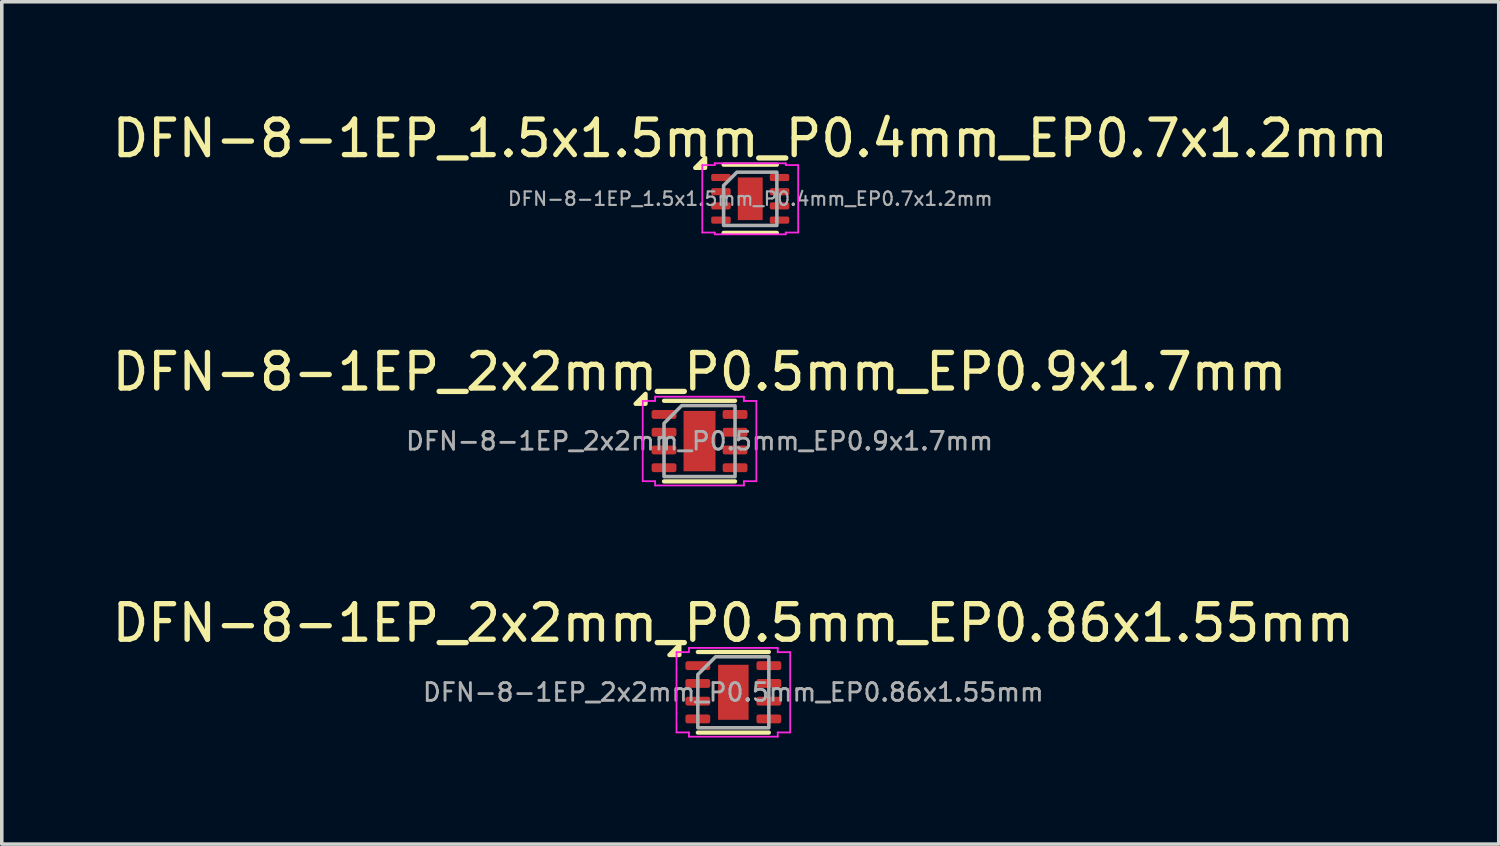
<source format=kicad_pcb>
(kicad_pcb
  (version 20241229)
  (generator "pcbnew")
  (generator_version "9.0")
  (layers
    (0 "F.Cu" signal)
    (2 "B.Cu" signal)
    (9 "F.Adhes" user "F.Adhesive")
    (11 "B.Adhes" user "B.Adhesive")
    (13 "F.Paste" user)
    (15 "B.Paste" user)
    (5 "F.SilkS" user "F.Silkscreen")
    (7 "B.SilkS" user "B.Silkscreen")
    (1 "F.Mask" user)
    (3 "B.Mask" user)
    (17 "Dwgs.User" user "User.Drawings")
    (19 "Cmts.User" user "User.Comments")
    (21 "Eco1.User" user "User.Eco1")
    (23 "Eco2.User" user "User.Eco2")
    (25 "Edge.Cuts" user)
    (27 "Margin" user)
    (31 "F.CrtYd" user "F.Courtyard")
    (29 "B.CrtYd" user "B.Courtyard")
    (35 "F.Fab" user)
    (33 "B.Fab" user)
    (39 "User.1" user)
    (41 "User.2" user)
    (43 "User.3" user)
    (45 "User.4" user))
  (footprint "DFN-8-1EP_1.5x1.5mm_P0.4mm_EP0.7x1.2mm"
    (layer "F.Cu")
    (at 18.077 2.548)
    (property "Reference" "DFN-8-1EP_1.5x1.5mm_P0.4mm_EP0.7x1.2mm" (at 0 -1.7 0) (layer "F.SilkS") (effects (font (size 1 1) (thickness 0.15))))
    (attr smd)
    (fp_line (start -0.75 -0.96) (end 0.75 -0.96) (stroke (width 0.12) (type solid)) (layer "F.SilkS"))
    (fp_line (start -0.75 0.96) (end 0.75 0.96) (stroke (width 0.12) (type solid)) (layer "F.SilkS"))
    (fp_poly (pts (xy -1.27 -0.87) (xy -1.55 -0.87) (xy -1.27 -1.15)) (stroke (width 0.12) (type solid)) (fill yes) (layer "F.SilkS"))
    (fp_line (start -1.35 -0.95) (end -1 -0.95) (stroke (width 0.05) (type solid)) (layer "F.CrtYd"))
    (fp_line (start -1.35 0.95) (end -1.35 -0.95) (stroke (width 0.05) (type solid)) (layer "F.CrtYd"))
    (fp_line (start -1 -1) (end 1 -1) (stroke (width 0.05) (type solid)) (layer "F.CrtYd"))
    (fp_line (start -1 -0.95) (end -1 -1) (stroke (width 0.05) (type solid)) (layer "F.CrtYd"))
    (fp_line (start -1 0.95) (end -1.35 0.95) (stroke (width 0.05) (type solid)) (layer "F.CrtYd"))
    (fp_line (start -1 1) (end -1 0.95) (stroke (width 0.05) (type solid)) (layer "F.CrtYd"))
    (fp_line (start 1 -1) (end 1 -0.95) (stroke (width 0.05) (type solid)) (layer "F.CrtYd"))
    (fp_line (start 1 -0.95) (end 1.35 -0.95) (stroke (width 0.05) (type solid)) (layer "F.CrtYd"))
    (fp_line (start 1 0.95) (end 1 1) (stroke (width 0.05) (type solid)) (layer "F.CrtYd"))
    (fp_line (start 1 1) (end -1 1) (stroke (width 0.05) (type solid)) (layer "F.CrtYd"))
    (fp_line (start 1.35 -0.95) (end 1.35 0.95) (stroke (width 0.05) (type solid)) (layer "F.CrtYd"))
    (fp_line (start 1.35 0.95) (end 1 0.95) (stroke (width 0.05) (type solid)) (layer "F.CrtYd"))
    (fp_poly (pts (xy -0.75 -0.375) (xy -0.75 0.75) (xy 0.75 0.75) (xy 0.75 -0.75) (xy -0.375 -0.75)) (stroke (width 0.1) (type solid)) (fill no) (layer "F.Fab"))
    (fp_text user "${REFERENCE}" (at 0 0 0) (layer "F.Fab") (effects (font (size 0.38 0.38) (thickness 0.06))))
    (pad "" smd roundrect (at -0.175 -0.3) (size 0.28 0.48) (layers "F.Paste") (roundrect_rratio 0.25))
    (pad "" smd roundrect (at -0.175 0.3) (size 0.28 0.48) (layers "F.Paste") (roundrect_rratio 0.25))
    (pad "" smd roundrect (at 0.175 -0.3) (size 0.28 0.48) (layers "F.Paste") (roundrect_rratio 0.25))
    (pad "" smd roundrect (at 0.175 0.3) (size 0.28 0.48) (layers "F.Paste") (roundrect_rratio 0.25))
    (pad "1" smd roundrect (at -0.825 -0.6) (size 0.55 0.2) (layers "F.Cu" "F.Mask" "F.Paste") (roundrect_rratio 0.25))
    (pad "2" smd roundrect (at -0.825 -0.2) (size 0.55 0.2) (layers "F.Cu" "F.Mask" "F.Paste") (roundrect_rratio 0.25))
    (pad "3" smd roundrect (at -0.825 0.2) (size 0.55 0.2) (layers "F.Cu" "F.Mask" "F.Paste") (roundrect_rratio 0.25))
    (pad "4" smd roundrect (at -0.825 0.6) (size 0.55 0.2) (layers "F.Cu" "F.Mask" "F.Paste") (roundrect_rratio 0.25))
    (pad "5" smd roundrect (at 0.825 0.6) (size 0.55 0.2) (layers "F.Cu" "F.Mask" "F.Paste") (roundrect_rratio 0.25))
    (pad "6" smd roundrect (at 0.825 0.2) (size 0.55 0.2) (layers "F.Cu" "F.Mask" "F.Paste") (roundrect_rratio 0.25))
    (pad "7" smd roundrect (at 0.825 -0.2) (size 0.55 0.2) (layers "F.Cu" "F.Mask" "F.Paste") (roundrect_rratio 0.25))
    (pad "8" smd roundrect (at 0.825 -0.6) (size 0.55 0.2) (layers "F.Cu" "F.Mask" "F.Paste") (roundrect_rratio 0.25))
    (pad "9" smd rect (at 0 0) (size 0.7 1.2) (property pad_prop_heatsink) (layers "F.Cu" "F.Mask")))
  (footprint "DFN-8-1EP_2x2mm_P0.5mm_EP0.86x1.55mm"
    (layer "F.Cu")
    (at 17.601 16.445)
    (property "Reference" "DFN-8-1EP_2x2mm_P0.5mm_EP0.86x1.55mm" (at 0 -1.95 0) (layer "F.SilkS") (effects (font (size 1 1) (thickness 0.15))))
    (attr smd)
    (fp_line (start -1 -1.135) (end 1 -1.135) (stroke (width 0.12) (type solid)) (layer "F.SilkS"))
    (fp_line (start -1 1.135) (end 1 1.135) (stroke (width 0.12) (type solid)) (layer "F.SilkS"))
    (fp_poly (pts (xy -1.52 -1.05) (xy -1.8 -1.05) (xy -1.52 -1.33)) (stroke (width 0.12) (type solid)) (fill yes) (layer "F.SilkS"))
    (fp_line (start -1.6 -1.13) (end -1.25 -1.13) (stroke (width 0.05) (type solid)) (layer "F.CrtYd"))
    (fp_line (start -1.6 1.13) (end -1.6 -1.13) (stroke (width 0.05) (type solid)) (layer "F.CrtYd"))
    (fp_line (start -1.25 -1.25) (end 1.25 -1.25) (stroke (width 0.05) (type solid)) (layer "F.CrtYd"))
    (fp_line (start -1.25 -1.13) (end -1.25 -1.25) (stroke (width 0.05) (type solid)) (layer "F.CrtYd"))
    (fp_line (start -1.25 1.13) (end -1.6 1.13) (stroke (width 0.05) (type solid)) (layer "F.CrtYd"))
    (fp_line (start -1.25 1.25) (end -1.25 1.13) (stroke (width 0.05) (type solid)) (layer "F.CrtYd"))
    (fp_line (start 1.25 -1.25) (end 1.25 -1.13) (stroke (width 0.05) (type solid)) (layer "F.CrtYd"))
    (fp_line (start 1.25 -1.13) (end 1.6 -1.13) (stroke (width 0.05) (type solid)) (layer "F.CrtYd"))
    (fp_line (start 1.25 1.13) (end 1.25 1.25) (stroke (width 0.05) (type solid)) (layer "F.CrtYd"))
    (fp_line (start 1.25 1.25) (end -1.25 1.25) (stroke (width 0.05) (type solid)) (layer "F.CrtYd"))
    (fp_line (start 1.6 -1.13) (end 1.6 1.13) (stroke (width 0.05) (type solid)) (layer "F.CrtYd"))
    (fp_line (start 1.6 1.13) (end 1.25 1.13) (stroke (width 0.05) (type solid)) (layer "F.CrtYd"))
    (fp_poly (pts (xy -1 -0.5) (xy -1 1) (xy 1 1) (xy 1 -1) (xy -0.5 -1)) (stroke (width 0.1) (type solid)) (fill no) (layer "F.Fab"))
    (fp_text user "${REFERENCE}" (at 0 0 0) (layer "F.Fab") (effects (font (size 0.5 0.5) (thickness 0.08))))
    (pad "" smd roundrect (at -0.215 -0.39) (size 0.35 0.62) (layers "F.Paste") (roundrect_rratio 0.25))
    (pad "" smd roundrect (at -0.215 0.39) (size 0.35 0.62) (layers "F.Paste") (roundrect_rratio 0.25))
    (pad "" smd roundrect (at 0.215 -0.39) (size 0.35 0.62) (layers "F.Paste") (roundrect_rratio 0.25))
    (pad "" smd roundrect (at 0.215 0.39) (size 0.35 0.62) (layers "F.Paste") (roundrect_rratio 0.25))
    (pad "1" smd roundrect (at -1 -0.75) (size 0.7 0.25) (layers "F.Cu" "F.Mask" "F.Paste") (roundrect_rratio 0.25))
    (pad "2" smd roundrect (at -1 -0.25) (size 0.7 0.25) (layers "F.Cu" "F.Mask" "F.Paste") (roundrect_rratio 0.25))
    (pad "3" smd roundrect (at -1 0.25) (size 0.7 0.25) (layers "F.Cu" "F.Mask" "F.Paste") (roundrect_rratio 0.25))
    (pad "4" smd roundrect (at -1 0.75) (size 0.7 0.25) (layers "F.Cu" "F.Mask" "F.Paste") (roundrect_rratio 0.25))
    (pad "5" smd roundrect (at 1 0.75) (size 0.7 0.25) (layers "F.Cu" "F.Mask" "F.Paste") (roundrect_rratio 0.25))
    (pad "6" smd roundrect (at 1 0.25) (size 0.7 0.25) (layers "F.Cu" "F.Mask" "F.Paste") (roundrect_rratio 0.25))
    (pad "7" smd roundrect (at 1 -0.25) (size 0.7 0.25) (layers "F.Cu" "F.Mask" "F.Paste") (roundrect_rratio 0.25))
    (pad "8" smd roundrect (at 1 -0.75) (size 0.7 0.25) (layers "F.Cu" "F.Mask" "F.Paste") (roundrect_rratio 0.25))
    (pad "9" smd rect (at 0 0) (size 0.86 1.55) (property pad_prop_heatsink) (layers "F.Cu" "F.Mask")))
  (footprint "DFN-8-1EP_2x2mm_P0.5mm_EP0.9x1.7mm"
    (layer "F.Cu")
    (at 16.649 9.371)
    (property "Reference" "DFN-8-1EP_2x2mm_P0.5mm_EP0.9x1.7mm" (at 0 -1.95 0) (layer "F.SilkS") (effects (font (size 1 1) (thickness 0.15))))
    (attr smd)
    (fp_line (start -1 -1.135) (end 1 -1.135) (stroke (width 0.12) (type solid)) (layer "F.SilkS"))
    (fp_line (start -1 1.135) (end 1 1.135) (stroke (width 0.12) (type solid)) (layer "F.SilkS"))
    (fp_poly (pts (xy -1.52 -1.05) (xy -1.8 -1.05) (xy -1.52 -1.33)) (stroke (width 0.12) (type solid)) (fill yes) (layer "F.SilkS"))
    (fp_line (start -1.6 -1.13) (end -1.25 -1.13) (stroke (width 0.05) (type solid)) (layer "F.CrtYd"))
    (fp_line (start -1.6 1.13) (end -1.6 -1.13) (stroke (width 0.05) (type solid)) (layer "F.CrtYd"))
    (fp_line (start -1.25 -1.25) (end 1.25 -1.25) (stroke (width 0.05) (type solid)) (layer "F.CrtYd"))
    (fp_line (start -1.25 -1.13) (end -1.25 -1.25) (stroke (width 0.05) (type solid)) (layer "F.CrtYd"))
    (fp_line (start -1.25 1.13) (end -1.6 1.13) (stroke (width 0.05) (type solid)) (layer "F.CrtYd"))
    (fp_line (start -1.25 1.25) (end -1.25 1.13) (stroke (width 0.05) (type solid)) (layer "F.CrtYd"))
    (fp_line (start 1.25 -1.25) (end 1.25 -1.13) (stroke (width 0.05) (type solid)) (layer "F.CrtYd"))
    (fp_line (start 1.25 -1.13) (end 1.6 -1.13) (stroke (width 0.05) (type solid)) (layer "F.CrtYd"))
    (fp_line (start 1.25 1.13) (end 1.25 1.25) (stroke (width 0.05) (type solid)) (layer "F.CrtYd"))
    (fp_line (start 1.25 1.25) (end -1.25 1.25) (stroke (width 0.05) (type solid)) (layer "F.CrtYd"))
    (fp_line (start 1.6 -1.13) (end 1.6 1.13) (stroke (width 0.05) (type solid)) (layer "F.CrtYd"))
    (fp_line (start 1.6 1.13) (end 1.25 1.13) (stroke (width 0.05) (type solid)) (layer "F.CrtYd"))
    (fp_poly (pts (xy -1 -0.5) (xy -1 1) (xy 1 1) (xy 1 -1) (xy -0.5 -1)) (stroke (width 0.1) (type solid)) (fill no) (layer "F.Fab"))
    (fp_text user "${REFERENCE}" (at 0 0 0) (layer "F.Fab") (effects (font (size 0.5 0.5) (thickness 0.08))))
    (pad "" smd roundrect (at 0 -0.425) (size 0.73 0.69) (layers "F.Paste") (roundrect_rratio 0.25))
    (pad "" smd roundrect (at 0 0.425) (size 0.73 0.69) (layers "F.Paste") (roundrect_rratio 0.25))
    (pad "1" smd roundrect (at -1 -0.75) (size 0.7 0.25) (layers "F.Cu" "F.Mask" "F.Paste") (roundrect_rratio 0.25))
    (pad "2" smd roundrect (at -1 -0.25) (size 0.7 0.25) (layers "F.Cu" "F.Mask" "F.Paste") (roundrect_rratio 0.25))
    (pad "3" smd roundrect (at -1 0.25) (size 0.7 0.25) (layers "F.Cu" "F.Mask" "F.Paste") (roundrect_rratio 0.25))
    (pad "4" smd roundrect (at -1 0.75) (size 0.7 0.25) (layers "F.Cu" "F.Mask" "F.Paste") (roundrect_rratio 0.25))
    (pad "5" smd roundrect (at 1 0.75) (size 0.7 0.25) (layers "F.Cu" "F.Mask" "F.Paste") (roundrect_rratio 0.25))
    (pad "6" smd roundrect (at 1 0.25) (size 0.7 0.25) (layers "F.Cu" "F.Mask" "F.Paste") (roundrect_rratio 0.25))
    (pad "7" smd roundrect (at 1 -0.25) (size 0.7 0.25) (layers "F.Cu" "F.Mask" "F.Paste") (roundrect_rratio 0.25))
    (pad "8" smd roundrect (at 1 -0.75) (size 0.7 0.25) (layers "F.Cu" "F.Mask" "F.Paste") (roundrect_rratio 0.25))
    (pad "9" smd rect (at 0 0) (size 0.9 1.7) (property pad_prop_heatsink) (layers "F.Cu" "F.Mask")))
  (gr_rect
    (start -3 -3)
    (end 39.155 20.72)
    (stroke (width 0.1) (type default))
    (fill no)
    (layer "Edge.Cuts")))
</source>
